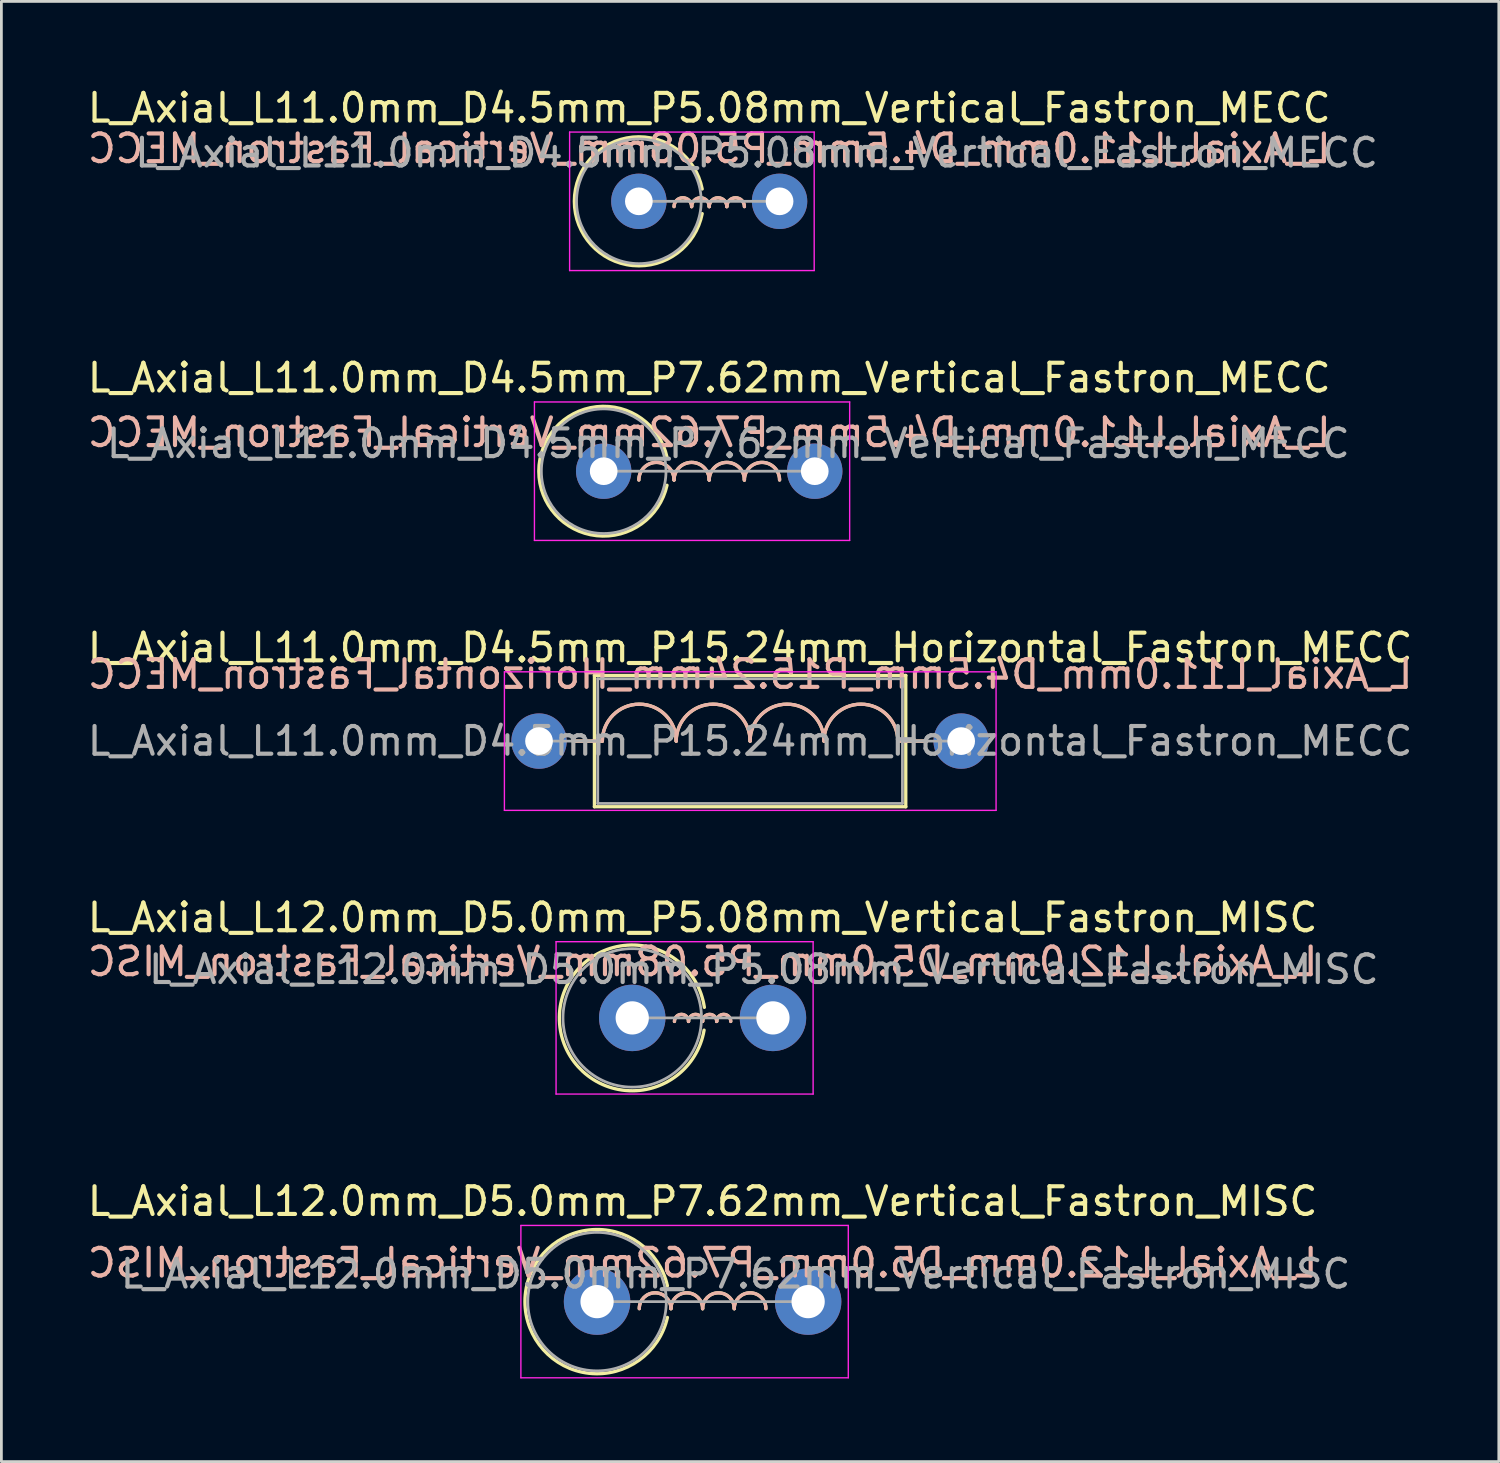
<source format=kicad_pcb>
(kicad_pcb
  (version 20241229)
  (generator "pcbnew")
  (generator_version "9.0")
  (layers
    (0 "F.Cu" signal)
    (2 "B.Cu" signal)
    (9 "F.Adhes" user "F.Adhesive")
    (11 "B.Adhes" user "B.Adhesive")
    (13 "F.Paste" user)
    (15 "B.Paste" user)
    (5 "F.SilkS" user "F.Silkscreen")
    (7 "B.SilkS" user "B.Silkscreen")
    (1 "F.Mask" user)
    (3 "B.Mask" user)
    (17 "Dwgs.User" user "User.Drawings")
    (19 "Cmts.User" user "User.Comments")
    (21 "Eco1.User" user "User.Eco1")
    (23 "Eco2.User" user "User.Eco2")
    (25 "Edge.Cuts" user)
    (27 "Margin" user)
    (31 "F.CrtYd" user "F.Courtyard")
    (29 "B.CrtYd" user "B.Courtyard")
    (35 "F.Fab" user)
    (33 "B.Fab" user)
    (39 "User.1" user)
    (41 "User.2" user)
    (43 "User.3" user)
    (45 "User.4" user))
  (footprint "L_Axial_L12.0mm_D5.0mm_P7.62mm_Vertical_Fastron_MISC"
    (layer "F.Cu")
    (at 18.505 43.941)
    (property "Reference" "L_Axial_L12.0mm_D5.0mm_P7.62mm_Vertical_Fastron_MISC" (at 3.81 -3.62 0) (layer "F.SilkS") (effects (font (size 1 1) (thickness 0.15))))
    (fp_arc (start 1.524 0.254) (mid 2.0955 -0.3175) (end 2.667 0.254) (stroke (width 0.12) (type solid)) (layer "F.SilkS"))
    (fp_arc (start 2.54 0.5715) (mid -2.6035 0) (end 2.54 -0.5715) (stroke (width 0.12) (type solid)) (layer "F.SilkS"))
    (fp_arc (start 2.667 0.254) (mid 3.2385 -0.3175) (end 3.81 0.254) (stroke (width 0.12) (type solid)) (layer "F.SilkS"))
    (fp_arc (start 3.81 0.254) (mid 4.3815 -0.3175) (end 4.953 0.254) (stroke (width 0.12) (type solid)) (layer "F.SilkS"))
    (fp_arc (start 4.953 0.254) (mid 5.5245 -0.3175) (end 6.096 0.254) (stroke (width 0.12) (type solid)) (layer "F.SilkS"))
    (fp_arc (start 1.524 0.254) (mid 2.0955 -0.3175) (end 2.667 0.254) (stroke (width 0.12) (type solid)) (layer "B.SilkS"))
    (fp_arc (start 2.667 0.254) (mid 3.2385 -0.3175) (end 3.81 0.254) (stroke (width 0.12) (type solid)) (layer "B.SilkS"))
    (fp_arc (start 3.81 0.254) (mid 4.3815 -0.3175) (end 4.953 0.254) (stroke (width 0.12) (type solid)) (layer "B.SilkS"))
    (fp_arc (start 4.953 0.254) (mid 5.5245 -0.3175) (end 6.096 0.254) (stroke (width 0.12) (type solid)) (layer "B.SilkS"))
    (fp_line (start -2.75 -2.75) (end -2.75 2.75) (stroke (width 0.05) (type solid)) (layer "F.CrtYd"))
    (fp_line (start -2.75 2.75) (end 9.07 2.75) (stroke (width 0.05) (type solid)) (layer "F.CrtYd"))
    (fp_line (start 9.07 -2.75) (end -2.75 -2.75) (stroke (width 0.05) (type solid)) (layer "F.CrtYd"))
    (fp_line (start 9.07 2.75) (end 9.07 -2.75) (stroke (width 0.05) (type solid)) (layer "F.CrtYd"))
    (fp_line (start 0 0) (end 7.62 0) (stroke (width 0.1) (type solid)) (layer "F.Fab"))
    (fp_circle (center 0 0) (end 2.5 0) (stroke (width 0.1) (type solid)) (fill no) (layer "F.Fab"))
    (fp_text user "${REFERENCE}" (at 3.81 -1.397 0) (layer "B.SilkS") (effects (font (size 1 1) (thickness 0.15)) (justify mirror)))
    (fp_text user "${REFERENCE}" (at 5 -1 0) (layer "F.Fab") (effects (font (size 1 1) (thickness 0.15))))
    (pad "1" thru_hole circle (at 0 0) (size 2.4 2.4) (drill 1.2) (layers "*.Cu" "*.Mask"))
    (pad "2" thru_hole oval (at 7.62 0) (size 2.4 2.4) (drill 1.2) (layers "*.Cu" "*.Mask")))
  (footprint "L_Axial_L11.0mm_D4.5mm_P7.62mm_Vertical_Fastron_MECC"
    (layer "F.Cu")
    (at 18.744 13.961)
    (property "Reference" "L_Axial_L11.0mm_D4.5mm_P7.62mm_Vertical_Fastron_MECC" (at 3.81 -3.37 0) (layer "F.SilkS") (effects (font (size 1 1) (thickness 0.15))))
    (fp_arc (start 1.27 0.3175) (mid 1.905 -0.3175) (end 2.54 0.3175) (stroke (width 0.12) (type solid)) (layer "F.SilkS"))
    (fp_arc (start 2.286 0.508) (mid -2.341764 0) (end 2.286 -0.508) (stroke (width 0.12) (type solid)) (layer "F.SilkS"))
    (fp_arc (start 2.54 0.3175) (mid 3.175 -0.3175) (end 3.81 0.3175) (stroke (width 0.12) (type solid)) (layer "F.SilkS"))
    (fp_arc (start 3.81 0.3175) (mid 4.445 -0.3175) (end 5.08 0.3175) (stroke (width 0.12) (type solid)) (layer "F.SilkS"))
    (fp_arc (start 5.08 0.3175) (mid 5.715 -0.3175) (end 6.35 0.3175) (stroke (width 0.12) (type solid)) (layer "F.SilkS"))
    (fp_arc (start 1.27 0.3175) (mid 1.905 -0.3175) (end 2.54 0.3175) (stroke (width 0.12) (type solid)) (layer "B.SilkS"))
    (fp_arc (start 2.54 0.3175) (mid 3.175 -0.3175) (end 3.81 0.3175) (stroke (width 0.12) (type solid)) (layer "B.SilkS"))
    (fp_arc (start 3.81 0.3175) (mid 4.445 -0.3175) (end 5.08 0.3175) (stroke (width 0.12) (type solid)) (layer "B.SilkS"))
    (fp_arc (start 5.08 0.3175) (mid 5.715 -0.3175) (end 6.35 0.3175) (stroke (width 0.12) (type solid)) (layer "B.SilkS"))
    (fp_line (start -2.5 -2.5) (end -2.5 2.5) (stroke (width 0.05) (type solid)) (layer "F.CrtYd"))
    (fp_line (start -2.5 2.5) (end 8.88 2.5) (stroke (width 0.05) (type solid)) (layer "F.CrtYd"))
    (fp_line (start 8.88 -2.5) (end -2.5 -2.5) (stroke (width 0.05) (type solid)) (layer "F.CrtYd"))
    (fp_line (start 8.88 2.5) (end 8.88 -2.5) (stroke (width 0.05) (type solid)) (layer "F.CrtYd"))
    (fp_line (start 0 0) (end 7.62 0) (stroke (width 0.1) (type solid)) (layer "F.Fab"))
    (fp_circle (center 0 0) (end 2.25 0) (stroke (width 0.1) (type solid)) (fill no) (layer "F.Fab"))
    (fp_text user "${REFERENCE}" (at 3.81 -1.397 0) (layer "B.SilkS") (effects (font (size 1 1) (thickness 0.15)) (justify mirror)))
    (fp_text user "${REFERENCE}" (at 4.5 -1 0) (layer "F.Fab") (effects (font (size 1 1) (thickness 0.15))))
    (pad "1" thru_hole circle (at 0 0) (size 2 2) (drill 1) (layers "*.Cu" "*.Mask"))
    (pad "2" thru_hole oval (at 7.62 0) (size 2 2) (drill 1) (layers "*.Cu" "*.Mask")))
  (footprint "L_Axial_L12.0mm_D5.0mm_P5.08mm_Vertical_Fastron_MISC"
    (layer "F.Cu")
    (at 19.775 33.698)
    (property "Reference" "L_Axial_L12.0mm_D5.0mm_P5.08mm_Vertical_Fastron_MISC" (at 2.54 -3.62 0) (layer "F.SilkS") (effects (font (size 1 1) (thickness 0.15))))
    (fp_arc (start 1.524 0.127) (mid 1.778 -0.127) (end 2.032 0.127) (stroke (width 0.12) (type solid)) (layer "F.SilkS"))
    (fp_arc (start 2.032 0.127) (mid 2.286 -0.127) (end 2.54 0.127) (stroke (width 0.12) (type solid)) (layer "F.SilkS"))
    (fp_arc (start 2.54 0.127) (mid 2.794 -0.127) (end 3.048 0.127) (stroke (width 0.12) (type solid)) (layer "F.SilkS"))
    (fp_arc (start 2.5937 0.442827) (mid -2.631044 -0.031297) (end 2.6035 -0.381) (stroke (width 0.12) (type solid)) (layer "F.SilkS"))
    (fp_arc (start 3.048 0.127) (mid 3.302 -0.127) (end 3.556 0.127) (stroke (width 0.12) (type solid)) (layer "F.SilkS"))
    (fp_arc (start 1.524 0.127) (mid 1.778 -0.127) (end 2.032 0.127) (stroke (width 0.12) (type solid)) (layer "B.SilkS"))
    (fp_arc (start 2.032 0.127) (mid 2.286 -0.127) (end 2.54 0.127) (stroke (width 0.12) (type solid)) (layer "B.SilkS"))
    (fp_arc (start 2.54 0.127) (mid 2.794 -0.127) (end 3.048 0.127) (stroke (width 0.12) (type solid)) (layer "B.SilkS"))
    (fp_arc (start 3.048 0.127) (mid 3.302 -0.127) (end 3.556 0.127) (stroke (width 0.12) (type solid)) (layer "B.SilkS"))
    (fp_line (start -2.75 -2.75) (end -2.75 2.75) (stroke (width 0.05) (type solid)) (layer "F.CrtYd"))
    (fp_line (start -2.75 2.75) (end 6.53 2.75) (stroke (width 0.05) (type solid)) (layer "F.CrtYd"))
    (fp_line (start 6.53 -2.75) (end -2.75 -2.75) (stroke (width 0.05) (type solid)) (layer "F.CrtYd"))
    (fp_line (start 6.53 2.75) (end 6.53 -2.75) (stroke (width 0.05) (type solid)) (layer "F.CrtYd"))
    (fp_line (start 0 0) (end 5.08 0) (stroke (width 0.1) (type solid)) (layer "F.Fab"))
    (fp_circle (center 0 0) (end 2.5 0) (stroke (width 0.1) (type solid)) (fill no) (layer "F.Fab"))
    (fp_text user "${REFERENCE}" (at 2.54 -2.032 0) (layer "B.SilkS") (effects (font (size 1 1) (thickness 0.15)) (justify mirror)))
    (fp_text user "${REFERENCE}" (at 4.75 -1.75 0) (layer "F.Fab") (effects (font (size 1 1) (thickness 0.15))))
    (pad "1" thru_hole circle (at 0 0) (size 2.4 2.4) (drill 1.2) (layers "*.Cu" "*.Mask"))
    (pad "2" thru_hole oval (at 5.08 0) (size 2.4 2.4) (drill 1.2) (layers "*.Cu" "*.Mask")))
  (footprint "L_Axial_L11.0mm_D4.5mm_P5.08mm_Vertical_Fastron_MECC"
    (layer "F.Cu")
    (at 20.014 4.218)
    (property "Reference" "L_Axial_L11.0mm_D4.5mm_P5.08mm_Vertical_Fastron_MECC" (at 2.54 -3.37 0) (layer "F.SilkS") (effects (font (size 1 1) (thickness 0.15))))
    (fp_arc (start 1.27 0.1905) (mid 1.5875 -0.127) (end 1.905 0.1905) (stroke (width 0.12) (type solid)) (layer "F.SilkS"))
    (fp_arc (start 1.905 0.1905) (mid 2.2225 -0.127) (end 2.54 0.1905) (stroke (width 0.12) (type solid)) (layer "F.SilkS"))
    (fp_arc (start 2.286 0.4445) (mid -2.328814 0) (end 2.286 -0.4445) (stroke (width 0.12) (type solid)) (layer "F.SilkS"))
    (fp_arc (start 2.54 0.1905) (mid 2.8575 -0.127) (end 3.175 0.1905) (stroke (width 0.12) (type solid)) (layer "F.SilkS"))
    (fp_arc (start 3.175 0.1905) (mid 3.4925 -0.127) (end 3.81 0.1905) (stroke (width 0.12) (type solid)) (layer "F.SilkS"))
    (fp_arc (start 1.27 0.1905) (mid 1.5875 -0.127) (end 1.905 0.1905) (stroke (width 0.12) (type solid)) (layer "B.SilkS"))
    (fp_arc (start 1.905 0.1905) (mid 2.2225 -0.127) (end 2.54 0.1905) (stroke (width 0.12) (type solid)) (layer "B.SilkS"))
    (fp_arc (start 2.54 0.1905) (mid 2.8575 -0.127) (end 3.175 0.1905) (stroke (width 0.12) (type solid)) (layer "B.SilkS"))
    (fp_arc (start 3.175 0.1905) (mid 3.4925 -0.127) (end 3.81 0.1905) (stroke (width 0.12) (type solid)) (layer "B.SilkS"))
    (fp_line (start -2.5 -2.5) (end -2.5 2.5) (stroke (width 0.05) (type solid)) (layer "F.CrtYd"))
    (fp_line (start -2.5 2.5) (end 6.33 2.5) (stroke (width 0.05) (type solid)) (layer "F.CrtYd"))
    (fp_line (start 6.33 -2.5) (end -2.5 -2.5) (stroke (width 0.05) (type solid)) (layer "F.CrtYd"))
    (fp_line (start 6.33 2.5) (end 6.33 -2.5) (stroke (width 0.05) (type solid)) (layer "F.CrtYd"))
    (fp_line (start 0 0) (end 5.08 0) (stroke (width 0.1) (type solid)) (layer "F.Fab"))
    (fp_circle (center 0 0) (end 2.25 0) (stroke (width 0.1) (type solid)) (fill no) (layer "F.Fab"))
    (fp_text user "${REFERENCE}" (at 2.54 -1.905 0) (layer "B.SilkS") (effects (font (size 1 1) (thickness 0.15)) (justify mirror)))
    (fp_text user "${REFERENCE}" (at 4.25 -1.75 0) (layer "F.Fab") (effects (font (size 1 1) (thickness 0.15))))
    (pad "1" thru_hole circle (at 0 0) (size 2 2) (drill 1) (layers "*.Cu" "*.Mask"))
    (pad "2" thru_hole oval (at 5.08 0) (size 2 2) (drill 1) (layers "*.Cu" "*.Mask")))
  (footprint "L_Axial_L11.0mm_D4.5mm_P15.24mm_Horizontal_Fastron_MECC"
    (layer "F.Cu")
    (at 16.41 23.705)
    (property "Reference" "L_Axial_L11.0mm_D4.5mm_P15.24mm_Horizontal_Fastron_MECC" (at 7.62 -3.37 0) (layer "F.SilkS") (effects (font (size 1 1) (thickness 0.15))))
    (fp_line (start 1.24 0) (end 2 0) (stroke (width 0.12) (type solid)) (layer "F.SilkS"))
    (fp_line (start 2 -2.37) (end 2 2.37) (stroke (width 0.12) (type solid)) (layer "F.SilkS"))
    (fp_line (start 2 2.37) (end 13.24 2.37) (stroke (width 0.12) (type solid)) (layer "F.SilkS"))
    (fp_line (start 2.286 0) (end 2 0) (stroke (width 0.12) (type solid)) (layer "F.SilkS"))
    (fp_line (start 12.954 0) (end 13.271 0) (stroke (width 0.12) (type solid)) (layer "F.SilkS"))
    (fp_line (start 13.24 -2.37) (end 2 -2.37) (stroke (width 0.12) (type solid)) (layer "F.SilkS"))
    (fp_line (start 13.24 2.37) (end 13.24 -2.37) (stroke (width 0.12) (type solid)) (layer "F.SilkS"))
    (fp_line (start 14 0) (end 13.24 0) (stroke (width 0.12) (type solid)) (layer "F.SilkS"))
    (fp_arc (start 2.286 0) (mid 3.6195 -1.3335) (end 4.953 0) (stroke (width 0.12) (type solid)) (layer "F.SilkS"))
    (fp_arc (start 4.953 0) (mid 6.2865 -1.3335) (end 7.62 0) (stroke (width 0.12) (type solid)) (layer "F.SilkS"))
    (fp_arc (start 7.62 0) (mid 8.9535 -1.3335) (end 10.287 0) (stroke (width 0.12) (type solid)) (layer "F.SilkS"))
    (fp_arc (start 10.287 0) (mid 11.6205 -1.3335) (end 12.954 0) (stroke (width 0.12) (type solid)) (layer "F.SilkS"))
    (fp_line (start 1.24 0) (end 2 0) (stroke (width 0.12) (type solid)) (layer "B.SilkS"))
    (fp_line (start 2.286 0) (end 1.968 0) (stroke (width 0.12) (type solid)) (layer "B.SilkS"))
    (fp_line (start 12.954 0) (end 13.24 0) (stroke (width 0.12) (type solid)) (layer "B.SilkS"))
    (fp_line (start 14 0) (end 13.24 0) (stroke (width 0.12) (type solid)) (layer "B.SilkS"))
    (fp_arc (start 2.286 0) (mid 3.6195 -1.3335) (end 4.953 0) (stroke (width 0.12) (type solid)) (layer "B.SilkS"))
    (fp_arc (start 4.953 0) (mid 6.2865 -1.3335) (end 7.62 0) (stroke (width 0.12) (type solid)) (layer "B.SilkS"))
    (fp_arc (start 7.62 0) (mid 8.9535 -1.3335) (end 10.287 0) (stroke (width 0.12) (type solid)) (layer "B.SilkS"))
    (fp_arc (start 10.287 0) (mid 11.6205 -1.3335) (end 12.954 0) (stroke (width 0.12) (type solid)) (layer "B.SilkS"))
    (fp_line (start -1.25 -2.5) (end -1.25 2.5) (stroke (width 0.05) (type solid)) (layer "F.CrtYd"))
    (fp_line (start -1.25 2.5) (end 16.5 2.5) (stroke (width 0.05) (type solid)) (layer "F.CrtYd"))
    (fp_line (start 16.5 -2.5) (end -1.25 -2.5) (stroke (width 0.05) (type solid)) (layer "F.CrtYd"))
    (fp_line (start 16.5 2.5) (end 16.5 -2.5) (stroke (width 0.05) (type solid)) (layer "F.CrtYd"))
    (fp_line (start 0 0) (end 2.12 0) (stroke (width 0.1) (type solid)) (layer "F.Fab"))
    (fp_line (start 2.12 -2.25) (end 2.12 2.25) (stroke (width 0.1) (type solid)) (layer "F.Fab"))
    (fp_line (start 2.12 2.25) (end 13.12 2.25) (stroke (width 0.1) (type solid)) (layer "F.Fab"))
    (fp_line (start 13.12 -2.25) (end 2.12 -2.25) (stroke (width 0.1) (type solid)) (layer "F.Fab"))
    (fp_line (start 13.12 2.25) (end 13.12 -2.25) (stroke (width 0.1) (type solid)) (layer "F.Fab"))
    (fp_line (start 15.24 0) (end 13.12 0) (stroke (width 0.1) (type solid)) (layer "F.Fab"))
    (fp_text user "${REFERENCE}" (at 7.62 -2.413 0) (layer "B.SilkS") (effects (font (size 1 1) (thickness 0.15)) (justify mirror)))
    (fp_text user "${REFERENCE}" (at 7.62 0 0) (layer "F.Fab") (effects (font (size 1 1) (thickness 0.15))))
    (pad "1" thru_hole circle (at 0 0) (size 2 2) (drill 1) (layers "*.Cu" "*.Mask"))
    (pad "2" thru_hole oval (at 15.24 0) (size 2 2) (drill 1) (layers "*.Cu" "*.Mask")))
  (gr_rect
    (start -3 -3)
    (end 51.06 49.716)
    (stroke (width 0.1) (type default))
    (fill no)
    (layer "Edge.Cuts")))
</source>
